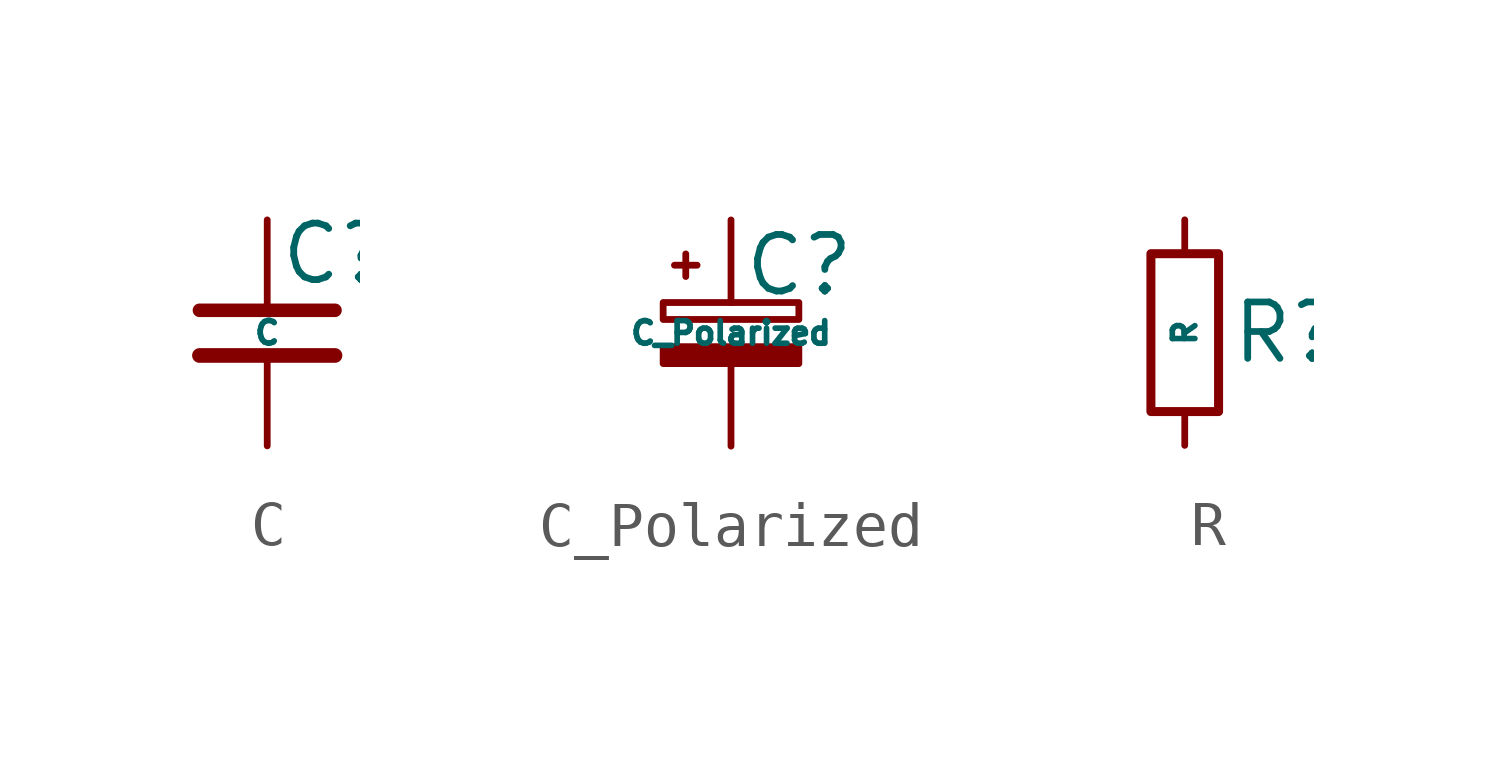
<source format=kicad_sym>
(kicad_symbol_lib
  (version 20241209)
  (generator "kicad_symbol_editor")
  (generator_version "9.0")
  (symbol "C"
    (pin_numbers
      (hide yes))
    (pin_names
      (offset 0.254)
      (hide yes))
    (property "Reference" "C"
      (at 0.254 1.778 0)
      (do_not_autoplace)
      (effects (font (size 1.27 1.27)) (justify left)))
    (property "Value" "C"
      (at 0 0 0)
      (do_not_autoplace)
      (effects (font (size 0.508 0.508))))
    (property "Temp Coefficient" ""
      (at -0.254 -1.016 0)
      (effects (font (size 0.508 0.508)) (justify right)))
    (property "Rated Voltage" ""
      (at -0.254 1.016 0)
      (effects (font (size 0.508 0.508)) (justify right)))
    (symbol "C_0_1"
      (polyline (pts (xy -1.524 0.508) (xy 1.524 0.508)) (stroke (width 0.305) (type default)) (fill (type none)))
      (polyline (pts (xy -1.524 -0.508) (xy 1.524 -0.508)) (stroke (width 0.33) (type default)) (fill (type none))))
    (symbol "C_1_1"
      (pin passive line (at 0 2.54 270) (length 2.032) (name "~" (effects (font (size 1.27 1.27)))) (number "1" (effects (font (size 1.27 1.27)))))
      (pin passive line (at 0 -2.54 90) (length 2.032) (name "~" (effects (font (size 1.27 1.27)))) (number "2" (effects (font (size 1.27 1.27)))))))
  (symbol "C_Polarized"
    (pin_numbers
      (hide yes))
    (pin_names
      (offset 0.254)
      (hide yes))
    (property "Reference" "C"
      (at 0.254 1.524 0)
      (do_not_autoplace)
      (effects (font (size 1.27 1.27)) (justify left)))
    (property "Value" "C_Polarized"
      (at 0 0 0)
      (do_not_autoplace)
      (effects (font (size 0.508 0.508))))
    (property "Rated Voltage" ""
      (at -0.254 -1.27 0)
      (effects (font (size 0.508 0.508)) (justify right)))
    (property "Tolerance" ""
      (at 0.254 -1.27 0)
      (effects (font (size 0.508 0.508)) (justify left)))
    (symbol "C_Polarized_0_1"
      (rectangle (start -1.524 0.686) (end 1.524 0.305) (stroke (width 0) (type default)) (fill (type none)))
      (rectangle (start -1.524 -0.305) (end 1.524 -0.686) (stroke (width 0) (type default)) (fill (type outline)))
      (polyline (pts (xy -1.27 1.524) (xy -0.762 1.524)) (stroke (width 0) (type default)) (fill (type none)))
      (polyline (pts (xy -1.016 1.27) (xy -1.016 1.778)) (stroke (width 0) (type default)) (fill (type none))))
    (symbol "C_Polarized_1_1"
      (pin passive line (at 0 2.54 270) (length 1.854) (name "~" (effects (font (size 1.27 1.27)))) (number "1" (effects (font (size 1.27 1.27)))))
      (pin passive line (at 0 -2.54 90) (length 1.854) (name "~" (effects (font (size 1.27 1.27)))) (number "2" (effects (font (size 1.27 1.27)))))))
  (symbol "R"
    (pin_numbers
      (hide yes))
    (pin_names
      (offset 0.254)
      (hide yes))
    (property "Reference" "R"
      (at 1.016 0 0)
      (do_not_autoplace)
      (effects (font (size 1.27 1.27)) (justify left)))
    (property "Value" "R"
      (at 0 0 90)
      (do_not_autoplace)
      (effects (font (size 0.508 0.508))))
    (property "Power" ""
      (at -1.27 -0.508 0)
      (effects (font (size 0.508 0.508)) (justify right)))
    (property "Tolerance" ""
      (at -1.27 0.508 0)
      (effects (font (size 0.508 0.508)) (justify right)))
    (symbol "R_0_1"
      (rectangle (start -0.762 1.778) (end 0.762 -1.778) (stroke (width 0.203) (type default)) (fill (type none))))
    (symbol "R_1_1"
      (pin passive line (at 0 2.54 270) (length 0.762) (name "~" (effects (font (size 1.27 1.27)))) (number "1" (effects (font (size 1.27 1.27)))))
      (pin passive line (at 0 -2.54 90) (length 0.762) (name "~" (effects (font (size 1.27 1.27)))) (number "2" (effects (font (size 1.27 1.27))))))))
</source>
